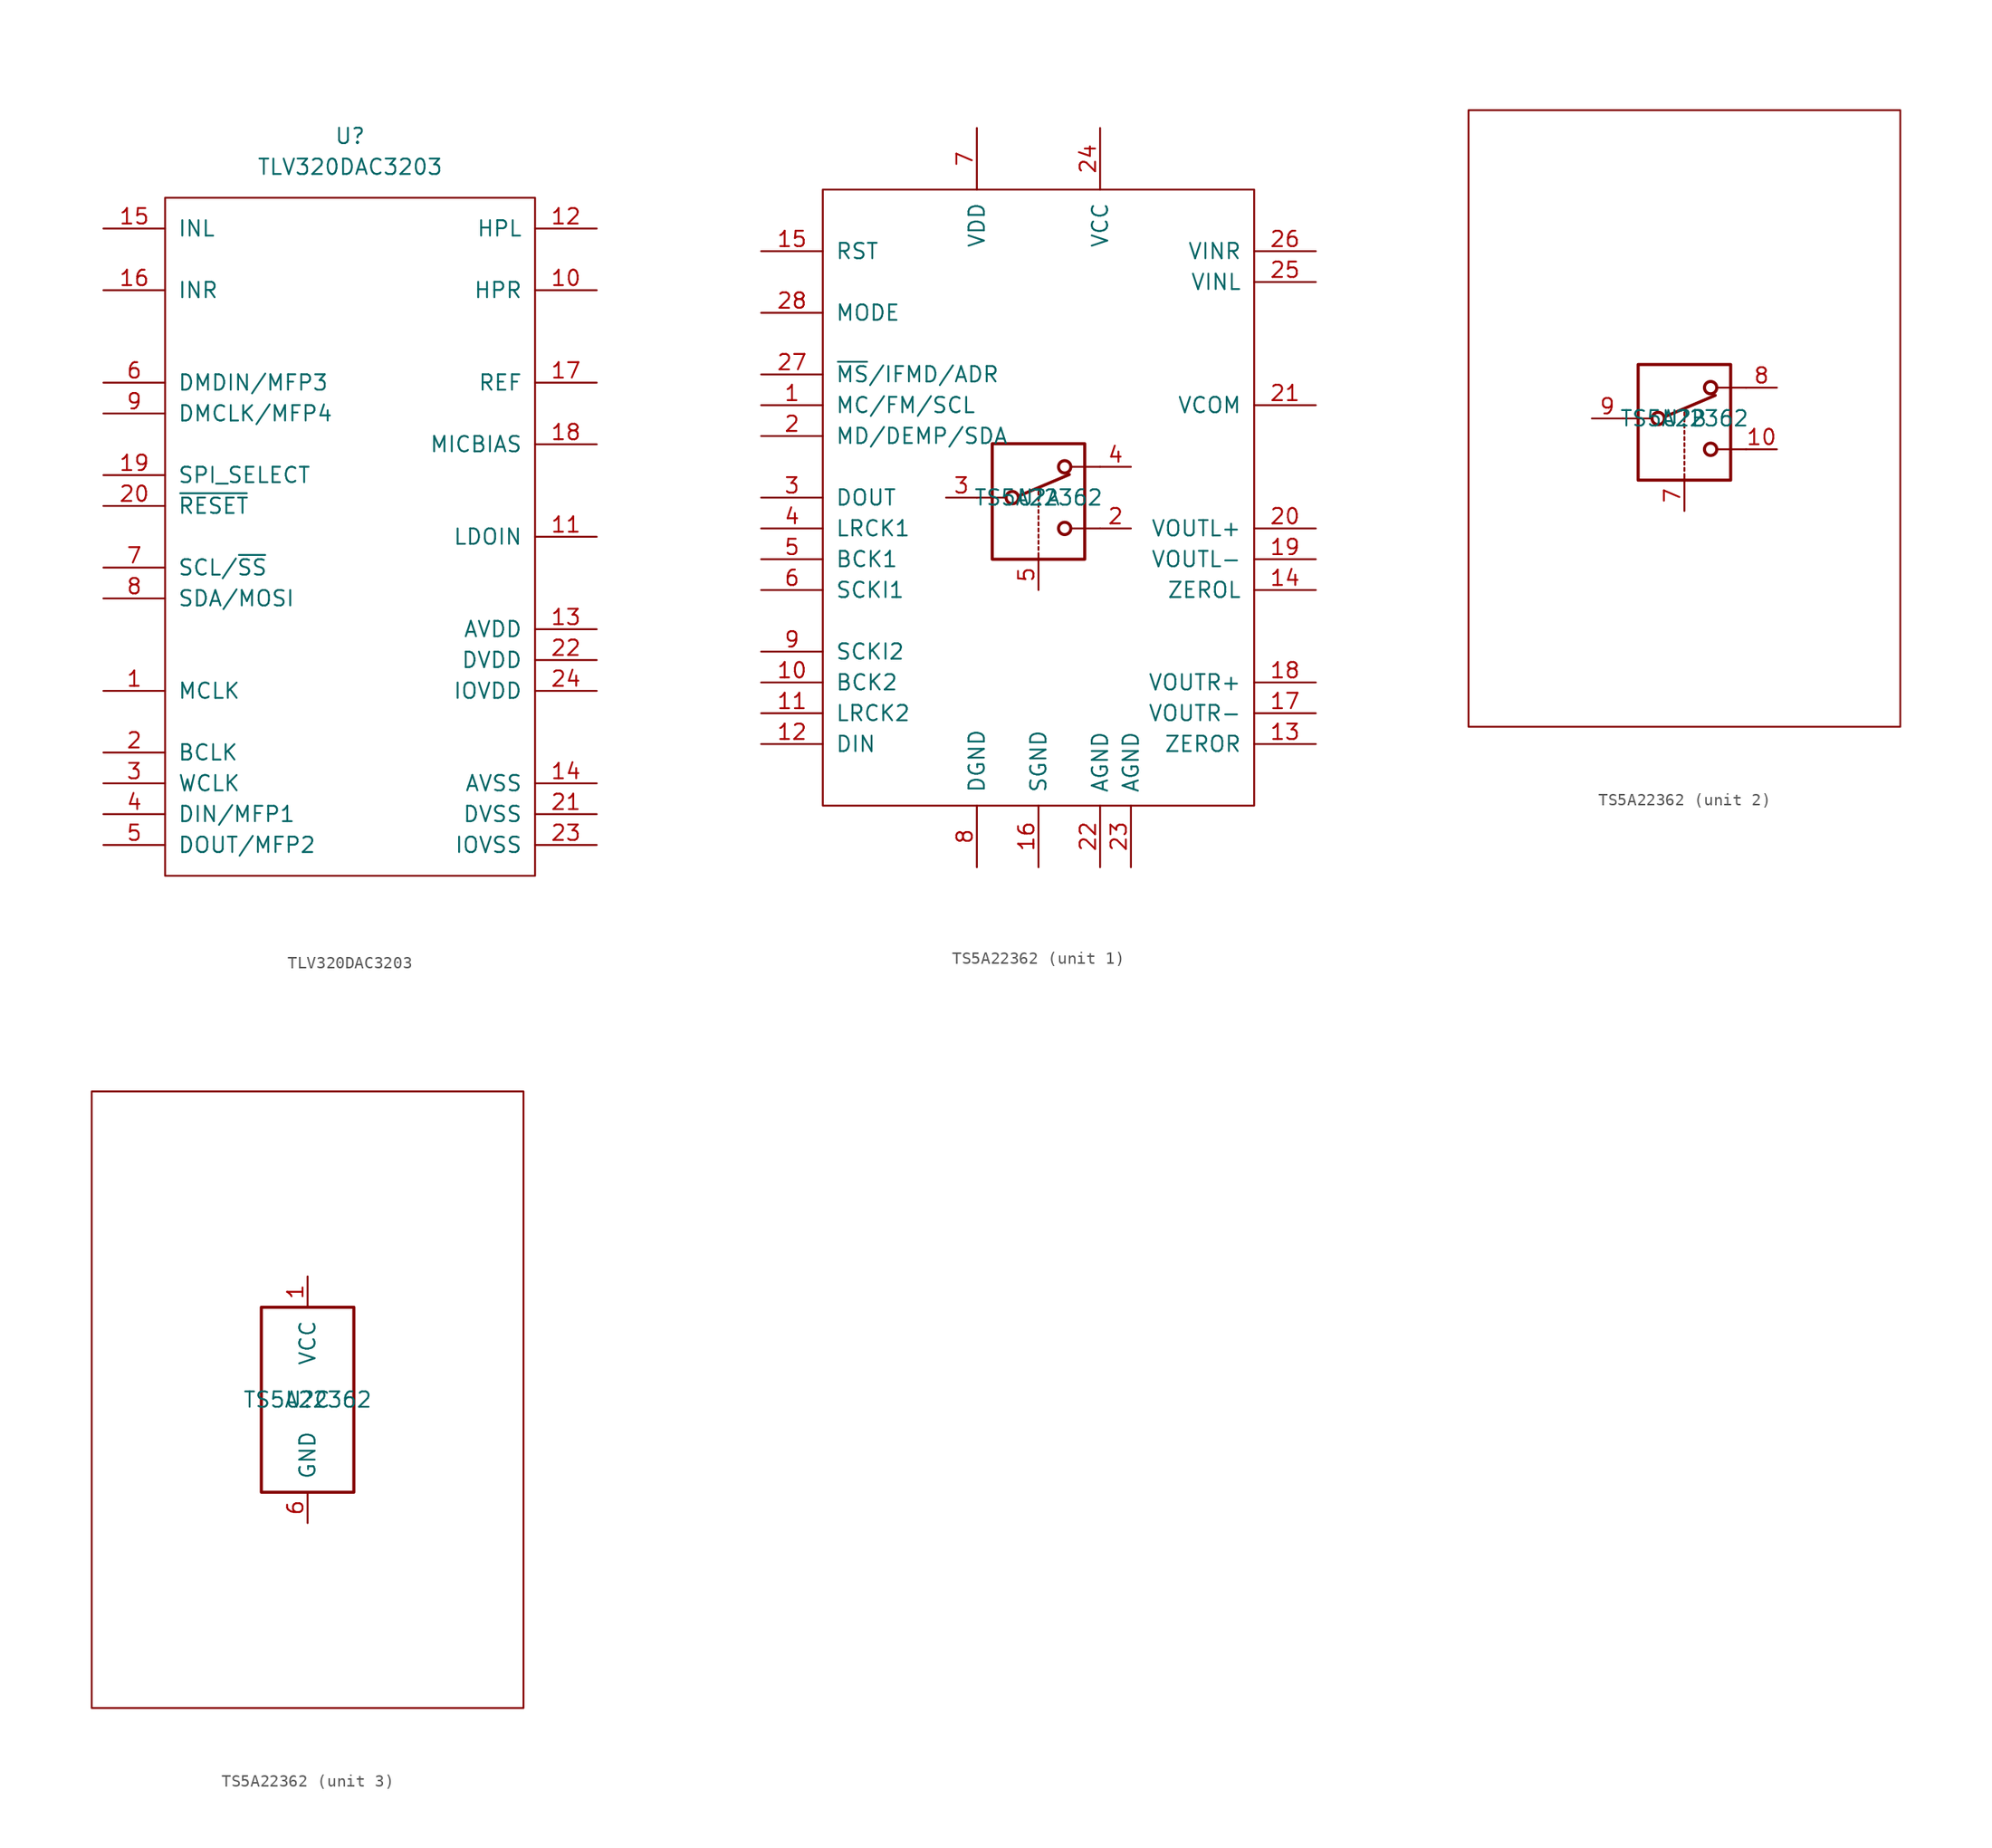
<source format=kicad_sym>
(kicad_symbol_lib
  (version 20220914)
  (generator kicad_symbol_editor)
  (symbol "TLV320DAC3203"
    (pin_names
      (offset 1.016))
    (property "Reference" "U"
      (at 0 33.02 0)
      (effects (font (size 1.27 1.27))))
    (property "Value" "TLV320DAC3203"
      (at 0 30.48 0)
      (effects (font (size 1.27 1.27))))
    (symbol "TLV320DAC3203_0_1"
      (rectangle (start -15.24 27.94) (end 15.24 -27.94) (stroke (width 0) (type solid)) (fill (type none))))
    (symbol "TLV320DAC3203_1_1"
      (pin input line (at -20.32 -12.7 0) (length 5.08) (name "MCLK" (effects (font (size 1.27 1.27)))) (number "1" (effects (font (size 1.27 1.27)))))
      (pin output line (at 20.32 20.32 180) (length 5.08) (name "HPR" (effects (font (size 1.27 1.27)))) (number "10" (effects (font (size 1.27 1.27)))))
      (pin power_in line (at 20.32 0 180) (length 5.08) (name "LDOIN" (effects (font (size 1.27 1.27)))) (number "11" (effects (font (size 1.27 1.27)))))
      (pin output line (at 20.32 25.4 180) (length 5.08) (name "HPL" (effects (font (size 1.27 1.27)))) (number "12" (effects (font (size 1.27 1.27)))))
      (pin power_in line (at 20.32 -7.62 180) (length 5.08) (name "AVDD" (effects (font (size 1.27 1.27)))) (number "13" (effects (font (size 1.27 1.27)))))
      (pin power_in line (at 20.32 -20.32 180) (length 5.08) (name "AVSS" (effects (font (size 1.27 1.27)))) (number "14" (effects (font (size 1.27 1.27)))))
      (pin input line (at -20.32 25.4 0) (length 5.08) (name "INL" (effects (font (size 1.27 1.27)))) (number "15" (effects (font (size 1.27 1.27)))))
      (pin input line (at -20.32 20.32 0) (length 5.08) (name "INR" (effects (font (size 1.27 1.27)))) (number "16" (effects (font (size 1.27 1.27)))))
      (pin output line (at 20.32 12.7 180) (length 5.08) (name "REF" (effects (font (size 1.27 1.27)))) (number "17" (effects (font (size 1.27 1.27)))))
      (pin output line (at 20.32 7.62 180) (length 5.08) (name "MICBIAS" (effects (font (size 1.27 1.27)))) (number "18" (effects (font (size 1.27 1.27)))))
      (pin input line (at -20.32 5.08 0) (length 5.08) (name "SPI_SELECT" (effects (font (size 1.27 1.27)))) (number "19" (effects (font (size 1.27 1.27)))))
      (pin bidirectional line (at -20.32 -17.78 0) (length 5.08) (name "BCLK" (effects (font (size 1.27 1.27)))) (number "2" (effects (font (size 1.27 1.27)))))
      (pin input line (at -20.32 2.54 0) (length 5.08) (name "~{RESET}" (effects (font (size 1.27 1.27)))) (number "20" (effects (font (size 1.27 1.27)))))
      (pin power_in line (at 20.32 -22.86 180) (length 5.08) (name "DVSS" (effects (font (size 1.27 1.27)))) (number "21" (effects (font (size 1.27 1.27)))))
      (pin power_in line (at 20.32 -10.16 180) (length 5.08) (name "DVDD" (effects (font (size 1.27 1.27)))) (number "22" (effects (font (size 1.27 1.27)))))
      (pin power_in line (at 20.32 -25.4 180) (length 5.08) (name "IOVSS" (effects (font (size 1.27 1.27)))) (number "23" (effects (font (size 1.27 1.27)))))
      (pin power_in line (at 20.32 -12.7 180) (length 5.08) (name "IOVDD" (effects (font (size 1.27 1.27)))) (number "24" (effects (font (size 1.27 1.27)))))
      (pin bidirectional line (at -20.32 -20.32 0) (length 5.08) (name "WCLK" (effects (font (size 1.27 1.27)))) (number "3" (effects (font (size 1.27 1.27)))))
      (pin input line (at -20.32 -22.86 0) (length 5.08) (name "DIN/MFP1" (effects (font (size 1.27 1.27)))) (number "4" (effects (font (size 1.27 1.27)))))
      (pin output line (at -20.32 -25.4 0) (length 5.08) (name "DOUT/MFP2" (effects (font (size 1.27 1.27)))) (number "5" (effects (font (size 1.27 1.27)))))
      (pin input line (at -20.32 12.7 0) (length 5.08) (name "DMDIN/MFP3" (effects (font (size 1.27 1.27)))) (number "6" (effects (font (size 1.27 1.27)))))
      (pin input line (at -20.32 -2.54 0) (length 5.08) (name "SCL/~{SS}" (effects (font (size 1.27 1.27)))) (number "7" (effects (font (size 1.27 1.27)))))
      (pin bidirectional line (at -20.32 -5.08 0) (length 5.08) (name "SDA/MOSI" (effects (font (size 1.27 1.27)))) (number "8" (effects (font (size 1.27 1.27)))))
      (pin output line (at -20.32 10.16 0) (length 5.08) (name "DMCLK/MFP4" (effects (font (size 1.27 1.27)))) (number "9" (effects (font (size 1.27 1.27)))))))
  (symbol "TS5A22362"
    (pin_names
      (offset 1.016))
    (property "Reference" "U"
      (at 0 0 0)
      (effects (font (size 1.27 1.27))))
    (property "Value" "TS5A22362"
      (at 0 0 0)
      (effects (font (size 1.27 1.27))))
    (property "ki_locked" ""
      (at 0 0 0)
      (effects (font (size 1.27 1.27))))
    (symbol "TS5A22362_0_1"
      (rectangle (start -17.78 25.4) (end 17.78 -25.4) (stroke (width 0) (type solid)) (fill (type none))))
    (symbol "TS5A22362_1_1"
      (rectangle (start -3.81 4.445) (end 3.81 -5.08) (stroke (width 0.254) (type solid)) (fill (type none)))
      (circle (center -2.159 0) (radius 0.508) (stroke (width 0.254) (type solid)) (fill (type none)))
      (polyline (pts (xy -5.08 0) (xy -2.794 0)) (stroke (width 0) (type solid)) (fill (type none)))
      (polyline (pts (xy -1.651 0.127) (xy 2.54 1.905)) (stroke (width 0.254) (type solid)) (fill (type none)))
      (polyline (pts (xy 0 -5.08) (xy 0 -4.572)) (stroke (width 0) (type solid)) (fill (type none)))
      (polyline (pts (xy 0 -4.318) (xy 0 -4.064)) (stroke (width 0) (type solid)) (fill (type none)))
      (polyline (pts (xy 0 -3.81) (xy 0 -3.556)) (stroke (width 0) (type solid)) (fill (type none)))
      (polyline (pts (xy 0 -3.302) (xy 0 -3.048)) (stroke (width 0) (type solid)) (fill (type none)))
      (polyline (pts (xy 0 -2.794) (xy 0 -2.54)) (stroke (width 0) (type solid)) (fill (type none)))
      (polyline (pts (xy 0 -2.286) (xy 0 -2.032)) (stroke (width 0) (type solid)) (fill (type none)))
      (polyline (pts (xy 0 -1.778) (xy 0 -1.524)) (stroke (width 0) (type solid)) (fill (type none)))
      (polyline (pts (xy 0 -1.27) (xy 0 -1.016)) (stroke (width 0) (type solid)) (fill (type none)))
      (polyline (pts (xy 0 -0.762) (xy 0 -0.508)) (stroke (width 0) (type solid)) (fill (type none)))
      (polyline (pts (xy 0 -0.254) (xy 0 0)) (stroke (width 0) (type solid)) (fill (type none)))
      (polyline (pts (xy 0 0.254) (xy 0 0.508)) (stroke (width 0) (type solid)) (fill (type none)))
      (polyline (pts (xy 5.08 -2.54) (xy 2.794 -2.54)) (stroke (width 0) (type solid)) (fill (type none)))
      (polyline (pts (xy 5.08 2.54) (xy 2.794 2.54)) (stroke (width 0) (type solid)) (fill (type none)))
      (circle (center 2.159 -2.54) (radius 0.508) (stroke (width 0.254) (type solid)) (fill (type none)))
      (circle (center 2.159 2.54) (radius 0.508) (stroke (width 0.254) (type solid)) (fill (type none)))
      (pin input line (at -22.86 7.62 0) (length 5.08) (name "MC/FM/SCL" (effects (font (size 1.27 1.27)))) (number "1" (effects (font (size 1.27 1.27)))))
      (pin input line (at -22.86 -15.24 0) (length 5.08) (name "BCK2" (effects (font (size 1.27 1.27)))) (number "10" (effects (font (size 1.27 1.27)))))
      (pin input line (at -22.86 -17.78 0) (length 5.08) (name "LRCK2" (effects (font (size 1.27 1.27)))) (number "11" (effects (font (size 1.27 1.27)))))
      (pin input line (at -22.86 -20.32 0) (length 5.08) (name "DIN" (effects (font (size 1.27 1.27)))) (number "12" (effects (font (size 1.27 1.27)))))
      (pin output line (at 22.86 -20.32 180) (length 5.08) (name "ZEROR" (effects (font (size 1.27 1.27)))) (number "13" (effects (font (size 1.27 1.27)))))
      (pin output line (at 22.86 -7.62 180) (length 5.08) (name "ZEROL" (effects (font (size 1.27 1.27)))) (number "14" (effects (font (size 1.27 1.27)))))
      (pin input line (at -22.86 20.32 0) (length 5.08) (name "RST" (effects (font (size 1.27 1.27)))) (number "15" (effects (font (size 1.27 1.27)))))
      (pin power_in line (at 0 -30.48 90) (length 5.08) (name "SGND" (effects (font (size 1.27 1.27)))) (number "16" (effects (font (size 1.27 1.27)))))
      (pin output line (at 22.86 -17.78 180) (length 5.08) (name "VOUTR-" (effects (font (size 1.27 1.27)))) (number "17" (effects (font (size 1.27 1.27)))))
      (pin output line (at 22.86 -15.24 180) (length 5.08) (name "VOUTR+" (effects (font (size 1.27 1.27)))) (number "18" (effects (font (size 1.27 1.27)))))
      (pin output line (at 22.86 -5.08 180) (length 5.08) (name "VOUTL-" (effects (font (size 1.27 1.27)))) (number "19" (effects (font (size 1.27 1.27)))))
      (pin bidirectional line (at -22.86 5.08 0) (length 5.08) (name "MD/DEMP/SDA" (effects (font (size 1.27 1.27)))) (number "2" (effects (font (size 1.27 1.27)))))
      (pin passive line (at 7.62 -2.54 180) (length 2.54) (name "~" (effects (font (size 1.27 1.27)))) (number "2" (effects (font (size 1.27 1.27)))))
      (pin output line (at 22.86 -2.54 180) (length 5.08) (name "VOUTL+" (effects (font (size 1.27 1.27)))) (number "20" (effects (font (size 1.27 1.27)))))
      (pin power_in line (at 22.86 7.62 180) (length 5.08) (name "VCOM" (effects (font (size 1.27 1.27)))) (number "21" (effects (font (size 1.27 1.27)))))
      (pin power_in line (at 5.08 -30.48 90) (length 5.08) (name "AGND" (effects (font (size 1.27 1.27)))) (number "22" (effects (font (size 1.27 1.27)))))
      (pin power_in line (at 7.62 -30.48 90) (length 5.08) (name "AGND" (effects (font (size 1.27 1.27)))) (number "23" (effects (font (size 1.27 1.27)))))
      (pin power_in line (at 5.08 30.48 270) (length 5.08) (name "VCC" (effects (font (size 1.27 1.27)))) (number "24" (effects (font (size 1.27 1.27)))))
      (pin input line (at 22.86 17.78 180) (length 5.08) (name "VINL" (effects (font (size 1.27 1.27)))) (number "25" (effects (font (size 1.27 1.27)))))
      (pin input line (at 22.86 20.32 180) (length 5.08) (name "VINR" (effects (font (size 1.27 1.27)))) (number "26" (effects (font (size 1.27 1.27)))))
      (pin input line (at -22.86 10.16 0) (length 5.08) (name "~{MS}/IFMD/ADR" (effects (font (size 1.27 1.27)))) (number "27" (effects (font (size 1.27 1.27)))))
      (pin input line (at -22.86 15.24 0) (length 5.08) (name "MODE" (effects (font (size 1.27 1.27)))) (number "28" (effects (font (size 1.27 1.27)))))
      (pin output line (at -22.86 0 0) (length 5.08) (name "DOUT" (effects (font (size 1.27 1.27)))) (number "3" (effects (font (size 1.27 1.27)))))
      (pin passive line (at -7.62 0 0) (length 2.54) (name "~" (effects (font (size 1.27 1.27)))) (number "3" (effects (font (size 1.27 1.27)))))
      (pin input line (at -22.86 -2.54 0) (length 5.08) (name "LRCK1" (effects (font (size 1.27 1.27)))) (number "4" (effects (font (size 1.27 1.27)))))
      (pin passive line (at 7.62 2.54 180) (length 2.54) (name "~" (effects (font (size 1.27 1.27)))) (number "4" (effects (font (size 1.27 1.27)))))
      (pin input line (at -22.86 -5.08 0) (length 5.08) (name "BCK1" (effects (font (size 1.27 1.27)))) (number "5" (effects (font (size 1.27 1.27)))))
      (pin input line (at 0 -7.62 90) (length 2.54) (name "~" (effects (font (size 1.27 1.27)))) (number "5" (effects (font (size 1.27 1.27)))))
      (pin input line (at -22.86 -7.62 0) (length 5.08) (name "SCKI1" (effects (font (size 1.27 1.27)))) (number "6" (effects (font (size 1.27 1.27)))))
      (pin power_in line (at -5.08 30.48 270) (length 5.08) (name "VDD" (effects (font (size 1.27 1.27)))) (number "7" (effects (font (size 1.27 1.27)))))
      (pin power_in line (at -5.08 -30.48 90) (length 5.08) (name "DGND" (effects (font (size 1.27 1.27)))) (number "8" (effects (font (size 1.27 1.27)))))
      (pin input line (at -22.86 -12.7 0) (length 5.08) (name "SCKI2" (effects (font (size 1.27 1.27)))) (number "9" (effects (font (size 1.27 1.27))))))
    (symbol "TS5A22362_2_1"
      (rectangle (start -3.81 4.445) (end 3.81 -5.08) (stroke (width 0.254) (type solid)) (fill (type none)))
      (circle (center -2.159 0) (radius 0.508) (stroke (width 0.254) (type solid)) (fill (type none)))
      (polyline (pts (xy -5.08 0) (xy -2.794 0)) (stroke (width 0) (type solid)) (fill (type none)))
      (polyline (pts (xy -1.651 0.127) (xy 2.54 1.905)) (stroke (width 0.254) (type solid)) (fill (type none)))
      (polyline (pts (xy 0 -5.08) (xy 0 -4.572)) (stroke (width 0) (type solid)) (fill (type none)))
      (polyline (pts (xy 0 -4.318) (xy 0 -4.064)) (stroke (width 0) (type solid)) (fill (type none)))
      (polyline (pts (xy 0 -3.81) (xy 0 -3.556)) (stroke (width 0) (type solid)) (fill (type none)))
      (polyline (pts (xy 0 -3.302) (xy 0 -3.048)) (stroke (width 0) (type solid)) (fill (type none)))
      (polyline (pts (xy 0 -2.794) (xy 0 -2.54)) (stroke (width 0) (type solid)) (fill (type none)))
      (polyline (pts (xy 0 -2.286) (xy 0 -2.032)) (stroke (width 0) (type solid)) (fill (type none)))
      (polyline (pts (xy 0 -1.778) (xy 0 -1.524)) (stroke (width 0) (type solid)) (fill (type none)))
      (polyline (pts (xy 0 -1.27) (xy 0 -1.016)) (stroke (width 0) (type solid)) (fill (type none)))
      (polyline (pts (xy 0 -0.762) (xy 0 -0.508)) (stroke (width 0) (type solid)) (fill (type none)))
      (polyline (pts (xy 0 -0.254) (xy 0 0)) (stroke (width 0) (type solid)) (fill (type none)))
      (polyline (pts (xy 0 0.254) (xy 0 0.508)) (stroke (width 0) (type solid)) (fill (type none)))
      (polyline (pts (xy 5.08 -2.54) (xy 2.794 -2.54)) (stroke (width 0) (type solid)) (fill (type none)))
      (polyline (pts (xy 5.08 2.54) (xy 2.794 2.54)) (stroke (width 0) (type solid)) (fill (type none)))
      (circle (center 2.159 -2.54) (radius 0.508) (stroke (width 0.254) (type solid)) (fill (type none)))
      (circle (center 2.159 2.54) (radius 0.508) (stroke (width 0.254) (type solid)) (fill (type none)))
      (pin passive line (at 7.62 -2.54 180) (length 2.54) (name "~" (effects (font (size 1.27 1.27)))) (number "10" (effects (font (size 1.27 1.27)))))
      (pin input line (at 0 -7.62 90) (length 2.54) (name "~" (effects (font (size 1.27 1.27)))) (number "7" (effects (font (size 1.27 1.27)))))
      (pin passive line (at 7.62 2.54 180) (length 2.54) (name "~" (effects (font (size 1.27 1.27)))) (number "8" (effects (font (size 1.27 1.27)))))
      (pin passive line (at -7.62 0 0) (length 2.54) (name "~" (effects (font (size 1.27 1.27)))) (number "9" (effects (font (size 1.27 1.27))))))
    (symbol "TS5A22362_3_1"
      (rectangle (start -3.81 7.62) (end 3.81 -7.62) (stroke (width 0.254) (type solid)) (fill (type none)))
      (pin power_in line (at 0 10.16 270) (length 2.54) (name "VCC" (effects (font (size 1.27 1.27)))) (number "1" (effects (font (size 1.27 1.27)))))
      (pin power_in line (at 0 -10.16 90) (length 2.54) (name "GND" (effects (font (size 1.27 1.27)))) (number "6" (effects (font (size 1.27 1.27))))))))
</source>
